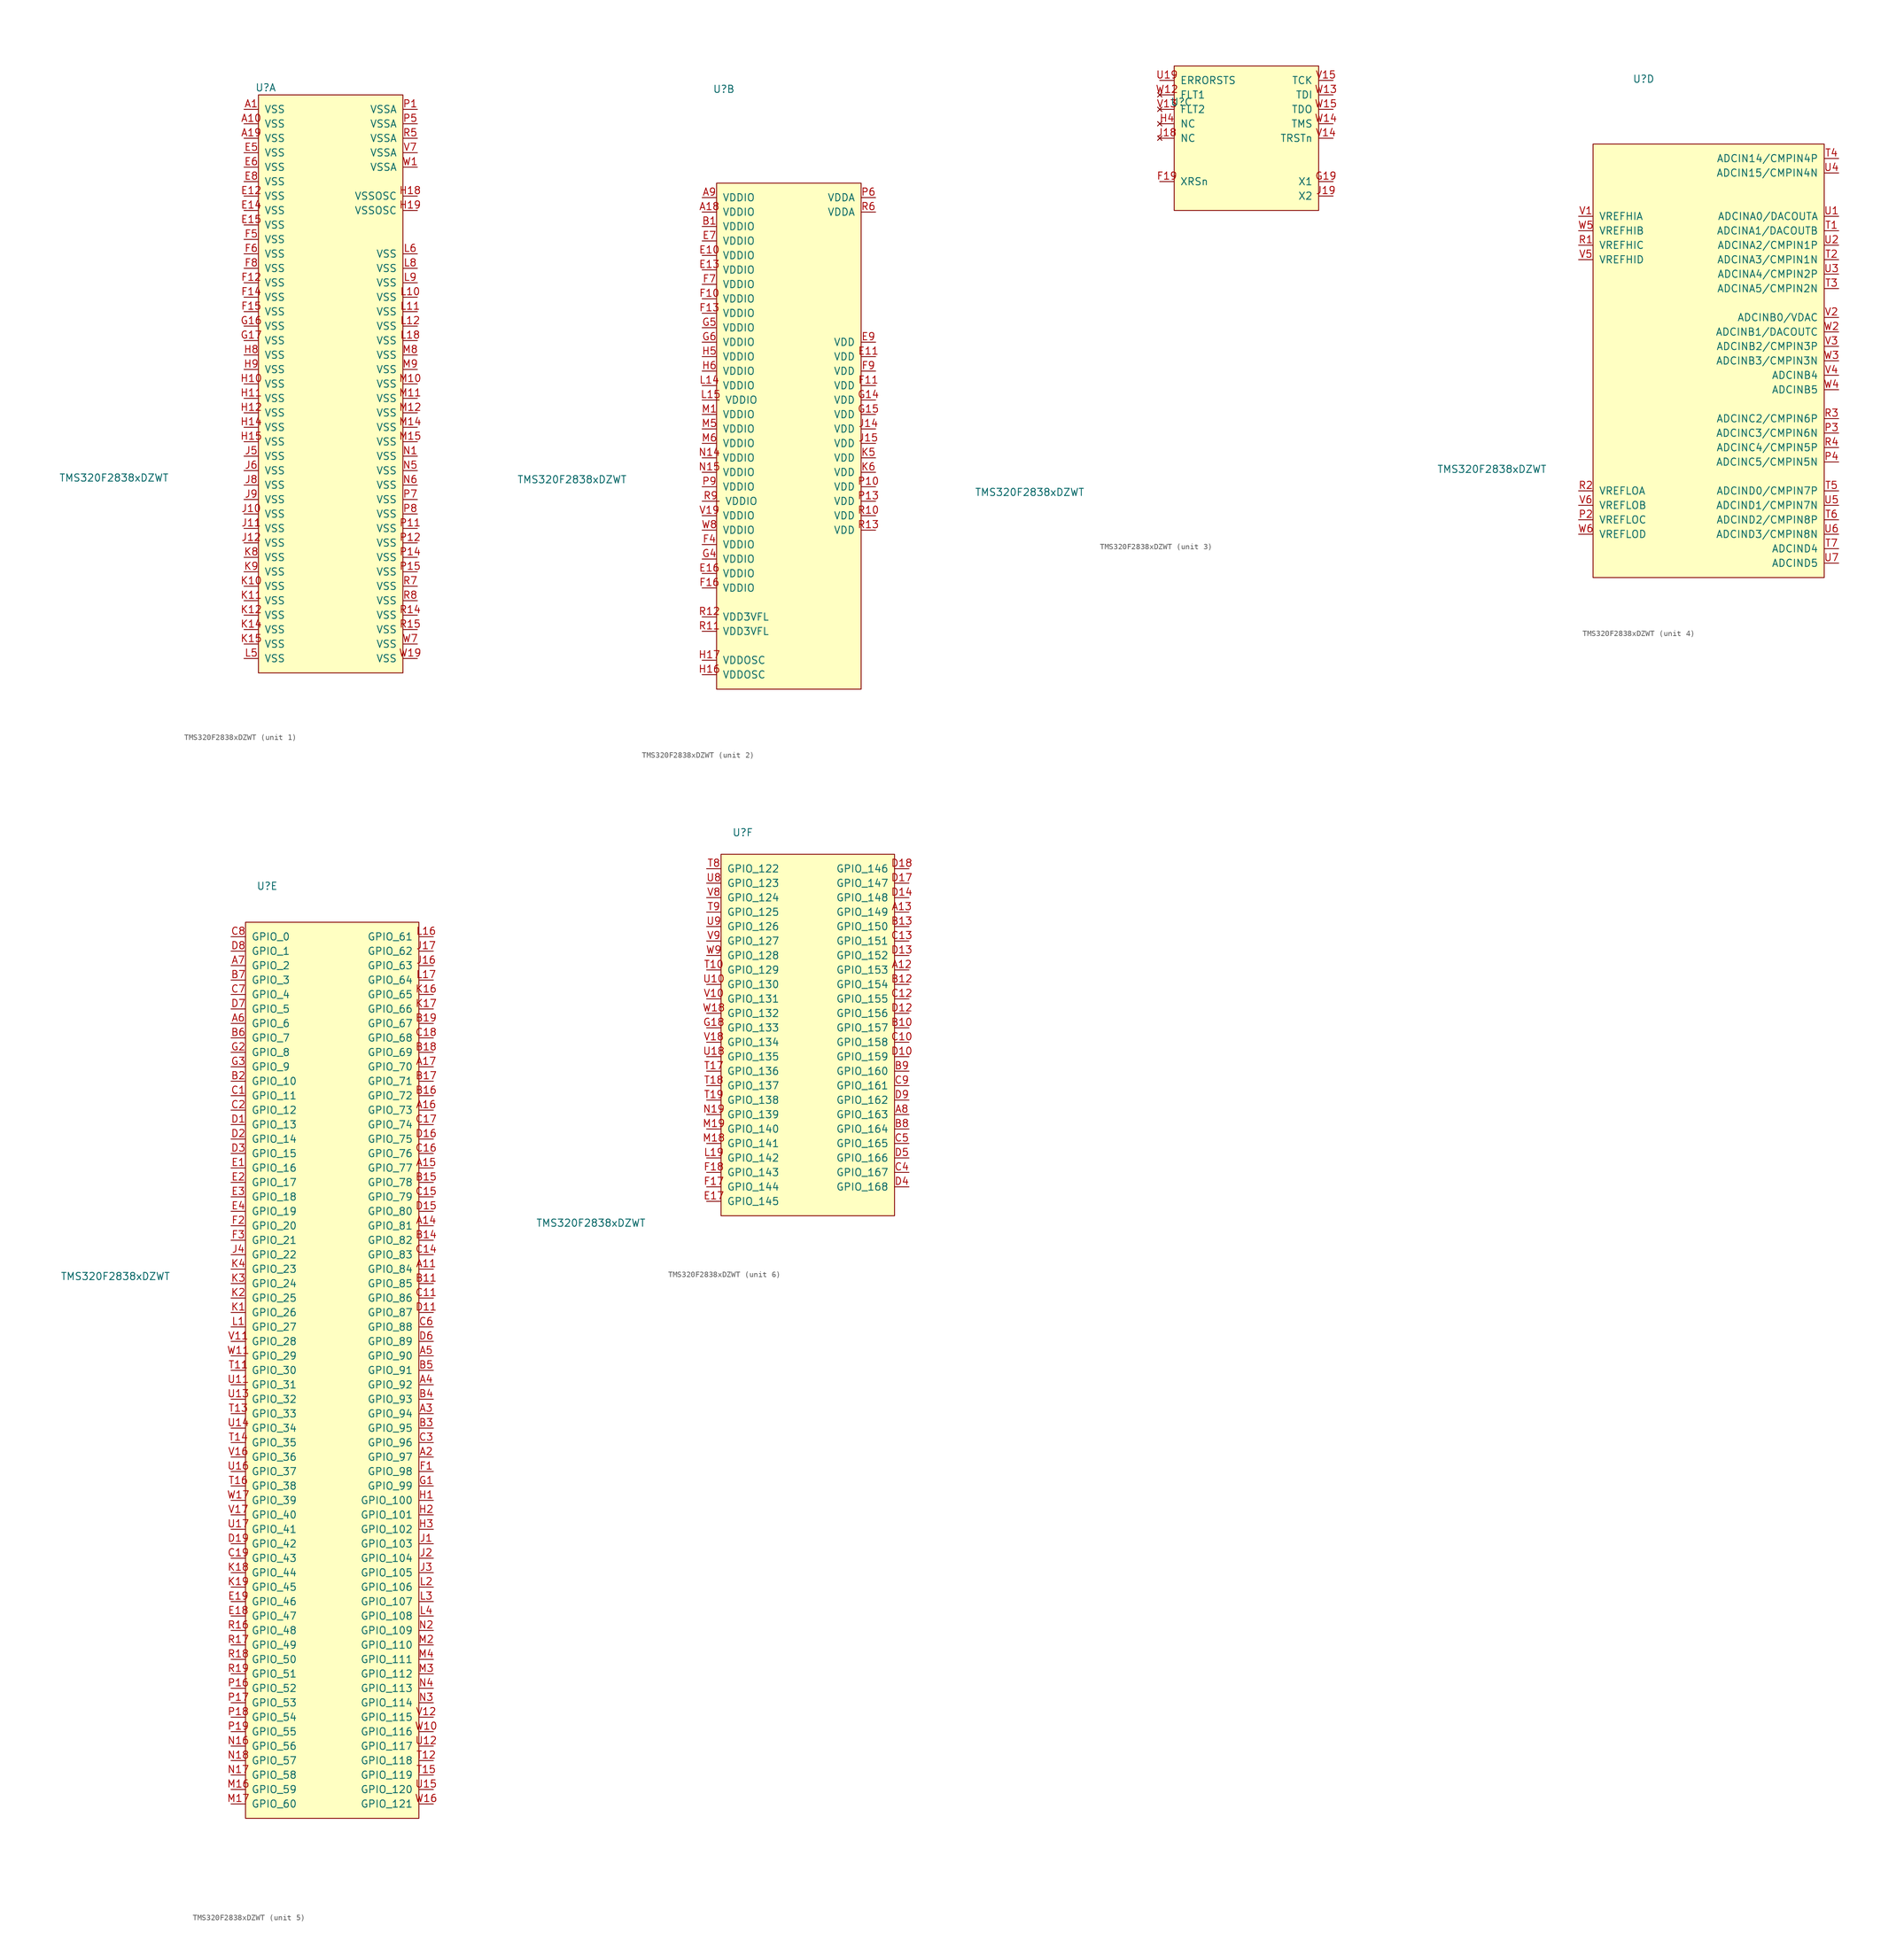
<source format=kicad_sym>
(kicad_symbol_lib
  (version 20220914)
  (generator kicad_symbol_editor)
  (symbol "TMS320F2838xDZWT"
    (pin_names
      (offset 1.016))
    (property "Reference" "U"
      (at -11.43 29.21 0)
      (effects (font (size 1.27 1.27))))
    (property "Value" "TMS320F2838xDZWT"
      (at -38.1 -39.37 0)
      (effects (font (size 1.27 1.27))))
    (property "ki_locked" ""
      (at 0 0 0)
      (effects (font (size 1.27 1.27))))
    (symbol "TMS320F2838xDZWT_1_1"
      (rectangle (start -12.7 27.94) (end 12.7 -73.66) (stroke (width 0) (type default)) (fill (type background)))
      (pin power_in line (at -15.24 25.4 0) (length 2.54) (name "VSS" (effects (font (size 1.27 1.27)))) (number "A1" (effects (font (size 1.27 1.27)))))
      (pin power_in line (at -15.24 22.86 0) (length 2.54) (name "VSS" (effects (font (size 1.27 1.27)))) (number "A10" (effects (font (size 1.27 1.27)))))
      (pin power_in line (at -15.24 20.32 0) (length 2.54) (name "VSS" (effects (font (size 1.27 1.27)))) (number "A19" (effects (font (size 1.27 1.27)))))
      (pin power_in line (at -15.24 10.16 0) (length 2.54) (name "VSS" (effects (font (size 1.27 1.27)))) (number "E12" (effects (font (size 1.27 1.27)))))
      (pin power_in line (at -15.24 7.62 0) (length 2.54) (name "VSS" (effects (font (size 1.27 1.27)))) (number "E14" (effects (font (size 1.27 1.27)))))
      (pin power_in line (at -15.24 5.08 0) (length 2.54) (name "VSS" (effects (font (size 1.27 1.27)))) (number "E15" (effects (font (size 1.27 1.27)))))
      (pin power_in line (at -15.24 17.78 0) (length 2.54) (name "VSS" (effects (font (size 1.27 1.27)))) (number "E5" (effects (font (size 1.27 1.27)))))
      (pin power_in line (at -15.24 15.24 0) (length 2.54) (name "VSS" (effects (font (size 1.27 1.27)))) (number "E6" (effects (font (size 1.27 1.27)))))
      (pin power_in line (at -15.24 12.7 0) (length 2.54) (name "VSS" (effects (font (size 1.27 1.27)))) (number "E8" (effects (font (size 1.27 1.27)))))
      (pin power_in line (at -15.24 -5.08 0) (length 2.54) (name "VSS" (effects (font (size 1.27 1.27)))) (number "F12" (effects (font (size 1.27 1.27)))))
      (pin power_in line (at -15.24 -7.62 0) (length 2.54) (name "VSS" (effects (font (size 1.27 1.27)))) (number "F14" (effects (font (size 1.27 1.27)))))
      (pin power_in line (at -15.24 -10.16 0) (length 2.54) (name "VSS" (effects (font (size 1.27 1.27)))) (number "F15" (effects (font (size 1.27 1.27)))))
      (pin power_in line (at -15.24 2.54 0) (length 2.54) (name "VSS" (effects (font (size 1.27 1.27)))) (number "F5" (effects (font (size 1.27 1.27)))))
      (pin power_in line (at -15.24 0 0) (length 2.54) (name "VSS" (effects (font (size 1.27 1.27)))) (number "F6" (effects (font (size 1.27 1.27)))))
      (pin power_in line (at -15.24 -2.54 0) (length 2.54) (name "VSS" (effects (font (size 1.27 1.27)))) (number "F8" (effects (font (size 1.27 1.27)))))
      (pin power_in line (at -15.24 -12.7 0) (length 2.54) (name "VSS" (effects (font (size 1.27 1.27)))) (number "G16" (effects (font (size 1.27 1.27)))))
      (pin power_in line (at -15.24 -15.24 0) (length 2.54) (name "VSS" (effects (font (size 1.27 1.27)))) (number "G17" (effects (font (size 1.27 1.27)))))
      (pin power_in line (at -15.24 -22.86 0) (length 2.54) (name "VSS" (effects (font (size 1.27 1.27)))) (number "H10" (effects (font (size 1.27 1.27)))))
      (pin power_in line (at -15.24 -25.4 0) (length 2.54) (name "VSS" (effects (font (size 1.27 1.27)))) (number "H11" (effects (font (size 1.27 1.27)))))
      (pin power_in line (at -15.24 -27.94 0) (length 2.54) (name "VSS" (effects (font (size 1.27 1.27)))) (number "H12" (effects (font (size 1.27 1.27)))))
      (pin power_in line (at -15.24 -30.48 0) (length 2.54) (name "VSS" (effects (font (size 1.27 1.27)))) (number "H14" (effects (font (size 1.27 1.27)))))
      (pin power_in line (at -15.24 -33.02 0) (length 2.54) (name "VSS" (effects (font (size 1.27 1.27)))) (number "H15" (effects (font (size 1.27 1.27)))))
      (pin power_in line (at 15.24 10.16 180) (length 2.54) (name "VSSOSC" (effects (font (size 1.27 1.27)))) (number "H18" (effects (font (size 1.27 1.27)))))
      (pin power_in line (at 15.24 7.62 180) (length 2.54) (name "VSSOSC" (effects (font (size 1.27 1.27)))) (number "H19" (effects (font (size 1.27 1.27)))))
      (pin power_in line (at -15.24 -17.78 0) (length 2.54) (name "VSS" (effects (font (size 1.27 1.27)))) (number "H8" (effects (font (size 1.27 1.27)))))
      (pin power_in line (at -15.24 -20.32 0) (length 2.54) (name "VSS" (effects (font (size 1.27 1.27)))) (number "H9" (effects (font (size 1.27 1.27)))))
      (pin power_in line (at -15.24 -45.72 0) (length 2.54) (name "VSS" (effects (font (size 1.27 1.27)))) (number "J10" (effects (font (size 1.27 1.27)))))
      (pin power_in line (at -15.24 -48.26 0) (length 2.54) (name "VSS" (effects (font (size 1.27 1.27)))) (number "J11" (effects (font (size 1.27 1.27)))))
      (pin power_in line (at -15.24 -50.8 0) (length 2.54) (name "VSS" (effects (font (size 1.27 1.27)))) (number "J12" (effects (font (size 1.27 1.27)))))
      (pin power_in line (at -15.24 -35.56 0) (length 2.54) (name "VSS" (effects (font (size 1.27 1.27)))) (number "J5" (effects (font (size 1.27 1.27)))))
      (pin power_in line (at -15.24 -38.1 0) (length 2.54) (name "VSS" (effects (font (size 1.27 1.27)))) (number "J6" (effects (font (size 1.27 1.27)))))
      (pin power_in line (at -15.24 -40.64 0) (length 2.54) (name "VSS" (effects (font (size 1.27 1.27)))) (number "J8" (effects (font (size 1.27 1.27)))))
      (pin power_in line (at -15.24 -43.18 0) (length 2.54) (name "VSS" (effects (font (size 1.27 1.27)))) (number "J9" (effects (font (size 1.27 1.27)))))
      (pin power_in line (at -15.24 -58.42 0) (length 2.54) (name "VSS" (effects (font (size 1.27 1.27)))) (number "K10" (effects (font (size 1.27 1.27)))))
      (pin power_in line (at -15.24 -60.96 0) (length 2.54) (name "VSS" (effects (font (size 1.27 1.27)))) (number "K11" (effects (font (size 1.27 1.27)))))
      (pin power_in line (at -15.24 -63.5 0) (length 2.54) (name "VSS" (effects (font (size 1.27 1.27)))) (number "K12" (effects (font (size 1.27 1.27)))))
      (pin power_in line (at -15.24 -66.04 0) (length 2.54) (name "VSS" (effects (font (size 1.27 1.27)))) (number "K14" (effects (font (size 1.27 1.27)))))
      (pin power_in line (at -15.24 -68.58 0) (length 2.54) (name "VSS" (effects (font (size 1.27 1.27)))) (number "K15" (effects (font (size 1.27 1.27)))))
      (pin power_in line (at -15.24 -53.34 0) (length 2.54) (name "VSS" (effects (font (size 1.27 1.27)))) (number "K8" (effects (font (size 1.27 1.27)))))
      (pin power_in line (at -15.24 -55.88 0) (length 2.54) (name "VSS" (effects (font (size 1.27 1.27)))) (number "K9" (effects (font (size 1.27 1.27)))))
      (pin power_in line (at 15.24 -7.62 180) (length 2.54) (name "VSS" (effects (font (size 1.27 1.27)))) (number "L10" (effects (font (size 1.27 1.27)))))
      (pin power_in line (at 15.24 -10.16 180) (length 2.54) (name "VSS" (effects (font (size 1.27 1.27)))) (number "L11" (effects (font (size 1.27 1.27)))))
      (pin power_in line (at 15.24 -12.7 180) (length 2.54) (name "VSS" (effects (font (size 1.27 1.27)))) (number "L12" (effects (font (size 1.27 1.27)))))
      (pin power_in line (at 15.24 -15.24 180) (length 2.54) (name "VSS" (effects (font (size 1.27 1.27)))) (number "L18" (effects (font (size 1.27 1.27)))))
      (pin power_in line (at -15.24 -71.12 0) (length 2.54) (name "VSS" (effects (font (size 1.27 1.27)))) (number "L5" (effects (font (size 1.27 1.27)))))
      (pin power_in line (at 15.24 0 180) (length 2.54) (name "VSS" (effects (font (size 1.27 1.27)))) (number "L6" (effects (font (size 1.27 1.27)))))
      (pin power_in line (at 15.24 -2.54 180) (length 2.54) (name "VSS" (effects (font (size 1.27 1.27)))) (number "L8" (effects (font (size 1.27 1.27)))))
      (pin power_in line (at 15.24 -5.08 180) (length 2.54) (name "VSS" (effects (font (size 1.27 1.27)))) (number "L9" (effects (font (size 1.27 1.27)))))
      (pin power_in line (at 15.24 -22.86 180) (length 2.54) (name "VSS" (effects (font (size 1.27 1.27)))) (number "M10" (effects (font (size 1.27 1.27)))))
      (pin power_in line (at 15.24 -25.4 180) (length 2.54) (name "VSS" (effects (font (size 1.27 1.27)))) (number "M11" (effects (font (size 1.27 1.27)))))
      (pin power_in line (at 15.24 -27.94 180) (length 2.54) (name "VSS" (effects (font (size 1.27 1.27)))) (number "M12" (effects (font (size 1.27 1.27)))))
      (pin power_in line (at 15.24 -30.48 180) (length 2.54) (name "VSS" (effects (font (size 1.27 1.27)))) (number "M14" (effects (font (size 1.27 1.27)))))
      (pin power_in line (at 15.24 -33.02 180) (length 2.54) (name "VSS" (effects (font (size 1.27 1.27)))) (number "M15" (effects (font (size 1.27 1.27)))))
      (pin power_in line (at 15.24 -17.78 180) (length 2.54) (name "VSS" (effects (font (size 1.27 1.27)))) (number "M8" (effects (font (size 1.27 1.27)))))
      (pin power_in line (at 15.24 -20.32 180) (length 2.54) (name "VSS" (effects (font (size 1.27 1.27)))) (number "M9" (effects (font (size 1.27 1.27)))))
      (pin power_in line (at 15.24 -35.56 180) (length 2.54) (name "VSS" (effects (font (size 1.27 1.27)))) (number "N1" (effects (font (size 1.27 1.27)))))
      (pin power_in line (at 15.24 -38.1 180) (length 2.54) (name "VSS" (effects (font (size 1.27 1.27)))) (number "N5" (effects (font (size 1.27 1.27)))))
      (pin power_in line (at 15.24 -40.64 180) (length 2.54) (name "VSS" (effects (font (size 1.27 1.27)))) (number "N6" (effects (font (size 1.27 1.27)))))
      (pin power_in line (at 15.24 25.4 180) (length 2.54) (name "VSSA" (effects (font (size 1.27 1.27)))) (number "P1" (effects (font (size 1.27 1.27)))))
      (pin power_in line (at 15.24 -48.26 180) (length 2.54) (name "VSS" (effects (font (size 1.27 1.27)))) (number "P11" (effects (font (size 1.27 1.27)))))
      (pin power_in line (at 15.24 -50.8 180) (length 2.54) (name "VSS" (effects (font (size 1.27 1.27)))) (number "P12" (effects (font (size 1.27 1.27)))))
      (pin power_in line (at 15.24 -53.34 180) (length 2.54) (name "VSS" (effects (font (size 1.27 1.27)))) (number "P14" (effects (font (size 1.27 1.27)))))
      (pin power_in line (at 15.24 -55.88 180) (length 2.54) (name "VSS" (effects (font (size 1.27 1.27)))) (number "P15" (effects (font (size 1.27 1.27)))))
      (pin power_in line (at 15.24 22.86 180) (length 2.54) (name "VSSA" (effects (font (size 1.27 1.27)))) (number "P5" (effects (font (size 1.27 1.27)))))
      (pin power_in line (at 15.24 -43.18 180) (length 2.54) (name "VSS" (effects (font (size 1.27 1.27)))) (number "P7" (effects (font (size 1.27 1.27)))))
      (pin power_in line (at 15.24 -45.72 180) (length 2.54) (name "VSS" (effects (font (size 1.27 1.27)))) (number "P8" (effects (font (size 1.27 1.27)))))
      (pin power_in line (at 15.24 -63.5 180) (length 2.54) (name "VSS" (effects (font (size 1.27 1.27)))) (number "R14" (effects (font (size 1.27 1.27)))))
      (pin power_in line (at 15.24 -66.04 180) (length 2.54) (name "VSS" (effects (font (size 1.27 1.27)))) (number "R15" (effects (font (size 1.27 1.27)))))
      (pin power_in line (at 15.24 20.32 180) (length 2.54) (name "VSSA" (effects (font (size 1.27 1.27)))) (number "R5" (effects (font (size 1.27 1.27)))))
      (pin power_in line (at 15.24 -58.42 180) (length 2.54) (name "VSS" (effects (font (size 1.27 1.27)))) (number "R7" (effects (font (size 1.27 1.27)))))
      (pin power_in line (at 15.24 -60.96 180) (length 2.54) (name "VSS" (effects (font (size 1.27 1.27)))) (number "R8" (effects (font (size 1.27 1.27)))))
      (pin power_in line (at 15.24 17.78 180) (length 2.54) (name "VSSA" (effects (font (size 1.27 1.27)))) (number "V7" (effects (font (size 1.27 1.27)))))
      (pin power_in line (at 15.24 15.24 180) (length 2.54) (name "VSSA" (effects (font (size 1.27 1.27)))) (number "W1" (effects (font (size 1.27 1.27)))))
      (pin power_in line (at 15.24 -71.12 180) (length 2.54) (name "VSS" (effects (font (size 1.27 1.27)))) (number "W19" (effects (font (size 1.27 1.27)))))
      (pin power_in line (at 15.24 -68.58 180) (length 2.54) (name "VSS" (effects (font (size 1.27 1.27)))) (number "W7" (effects (font (size 1.27 1.27))))))
    (symbol "TMS320F2838xDZWT_2_1"
      (rectangle (start -12.7 12.7) (end 12.7 -76.2) (stroke (width 0) (type default)) (fill (type background)))
      (pin power_in line (at -15.24 7.62 0) (length 2.54) (name "VDDIO" (effects (font (size 1.27 1.27)))) (number "A18" (effects (font (size 1.27 1.27)))))
      (pin power_in line (at -15.24 10.16 0) (length 2.54) (name "VDDIO" (effects (font (size 1.27 1.27)))) (number "A9" (effects (font (size 1.27 1.27)))))
      (pin power_in line (at -15.24 5.08 0) (length 2.54) (name "VDDIO" (effects (font (size 1.27 1.27)))) (number "B1" (effects (font (size 1.27 1.27)))))
      (pin power_in line (at -15.24 0 0) (length 2.54) (name "VDDIO" (effects (font (size 1.27 1.27)))) (number "E10" (effects (font (size 1.27 1.27)))))
      (pin power_in line (at 15.24 -17.78 180) (length 2.54) (name "VDD" (effects (font (size 1.27 1.27)))) (number "E11" (effects (font (size 1.27 1.27)))))
      (pin power_in line (at -15.24 -2.54 0) (length 2.54) (name "VDDIO" (effects (font (size 1.27 1.27)))) (number "E13" (effects (font (size 1.27 1.27)))))
      (pin power_in line (at -15.24 -55.88 0) (length 2.54) (name "VDDIO" (effects (font (size 1.27 1.27)))) (number "E16" (effects (font (size 1.27 1.27)))))
      (pin power_in line (at -15.24 2.54 0) (length 2.54) (name "VDDIO" (effects (font (size 1.27 1.27)))) (number "E7" (effects (font (size 1.27 1.27)))))
      (pin power_in line (at 15.24 -15.24 180) (length 2.54) (name "VDD" (effects (font (size 1.27 1.27)))) (number "E9" (effects (font (size 1.27 1.27)))))
      (pin power_in line (at -15.24 -7.62 0) (length 2.54) (name "VDDIO" (effects (font (size 1.27 1.27)))) (number "F10" (effects (font (size 1.27 1.27)))))
      (pin power_in line (at 15.24 -22.86 180) (length 2.54) (name "VDD" (effects (font (size 1.27 1.27)))) (number "F11" (effects (font (size 1.27 1.27)))))
      (pin power_in line (at -15.24 -10.16 0) (length 2.54) (name "VDDIO" (effects (font (size 1.27 1.27)))) (number "F13" (effects (font (size 1.27 1.27)))))
      (pin power_in line (at -15.24 -58.42 0) (length 2.54) (name "VDDIO" (effects (font (size 1.27 1.27)))) (number "F16" (effects (font (size 1.27 1.27)))))
      (pin power_in line (at -15.24 -50.8 0) (length 2.54) (name "VDDIO" (effects (font (size 1.27 1.27)))) (number "F4" (effects (font (size 1.27 1.27)))))
      (pin power_in line (at -15.24 -5.08 0) (length 2.54) (name "VDDIO" (effects (font (size 1.27 1.27)))) (number "F7" (effects (font (size 1.27 1.27)))))
      (pin power_in line (at 15.24 -20.32 180) (length 2.54) (name "VDD" (effects (font (size 1.27 1.27)))) (number "F9" (effects (font (size 1.27 1.27)))))
      (pin power_in line (at 15.24 -25.4 180) (length 2.54) (name "VDD" (effects (font (size 1.27 1.27)))) (number "G14" (effects (font (size 1.27 1.27)))))
      (pin power_in line (at 15.24 -27.94 180) (length 2.54) (name "VDD" (effects (font (size 1.27 1.27)))) (number "G15" (effects (font (size 1.27 1.27)))))
      (pin power_in line (at -15.24 -53.34 0) (length 2.54) (name "VDDIO" (effects (font (size 1.27 1.27)))) (number "G4" (effects (font (size 1.27 1.27)))))
      (pin power_in line (at -15.24 -12.7 0) (length 2.54) (name "VDDIO" (effects (font (size 1.27 1.27)))) (number "G5" (effects (font (size 1.27 1.27)))))
      (pin power_in line (at -15.24 -15.24 0) (length 2.54) (name "VDDIO" (effects (font (size 1.27 1.27)))) (number "G6" (effects (font (size 1.27 1.27)))))
      (pin power_in line (at -15.24 -73.66 0) (length 2.54) (name "VDDOSC" (effects (font (size 1.27 1.27)))) (number "H16" (effects (font (size 1.27 1.27)))))
      (pin power_in line (at -15.24 -71.12 0) (length 2.54) (name "VDDOSC" (effects (font (size 1.27 1.27)))) (number "H17" (effects (font (size 1.27 1.27)))))
      (pin power_in line (at -15.24 -17.78 0) (length 2.54) (name "VDDIO" (effects (font (size 1.27 1.27)))) (number "H5" (effects (font (size 1.27 1.27)))))
      (pin power_in line (at -15.24 -20.32 0) (length 2.54) (name "VDDIO" (effects (font (size 1.27 1.27)))) (number "H6" (effects (font (size 1.27 1.27)))))
      (pin power_in line (at 15.24 -30.48 180) (length 2.54) (name "VDD" (effects (font (size 1.27 1.27)))) (number "J14" (effects (font (size 1.27 1.27)))))
      (pin power_in line (at 15.24 -33.02 180) (length 2.54) (name "VDD" (effects (font (size 1.27 1.27)))) (number "J15" (effects (font (size 1.27 1.27)))))
      (pin power_in line (at 15.24 -35.56 180) (length 2.54) (name "VDD" (effects (font (size 1.27 1.27)))) (number "K5" (effects (font (size 1.27 1.27)))))
      (pin power_in line (at 15.24 -38.1 180) (length 2.54) (name "VDD" (effects (font (size 1.27 1.27)))) (number "K6" (effects (font (size 1.27 1.27)))))
      (pin power_in line (at -15.24 -22.86 0) (length 2.54) (name "VDDIO" (effects (font (size 1.27 1.27)))) (number "L14" (effects (font (size 1.27 1.27)))))
      (pin power_in line (at -15.24 -25.4 0) (length 2.997) (name "VDDIO" (effects (font (size 1.27 1.27)))) (number "L15" (effects (font (size 1.27 1.27)))))
      (pin power_in line (at -15.24 -27.94 0) (length 2.54) (name "VDDIO" (effects (font (size 1.27 1.27)))) (number "M1" (effects (font (size 1.27 1.27)))))
      (pin power_in line (at -15.24 -30.48 0) (length 2.54) (name "VDDIO" (effects (font (size 1.27 1.27)))) (number "M5" (effects (font (size 1.27 1.27)))))
      (pin power_in line (at -15.24 -33.02 0) (length 2.54) (name "VDDIO" (effects (font (size 1.27 1.27)))) (number "M6" (effects (font (size 1.27 1.27)))))
      (pin power_in line (at -15.24 -35.56 0) (length 2.54) (name "VDDIO" (effects (font (size 1.27 1.27)))) (number "N14" (effects (font (size 1.27 1.27)))))
      (pin power_in line (at -15.24 -38.1 0) (length 2.54) (name "VDDIO" (effects (font (size 1.27 1.27)))) (number "N15" (effects (font (size 1.27 1.27)))))
      (pin power_in line (at 15.24 -40.64 180) (length 2.54) (name "VDD" (effects (font (size 1.27 1.27)))) (number "P10" (effects (font (size 1.27 1.27)))))
      (pin power_in line (at 15.24 -43.18 180) (length 2.54) (name "VDD" (effects (font (size 1.27 1.27)))) (number "P13" (effects (font (size 1.27 1.27)))))
      (pin power_in line (at 15.24 10.16 180) (length 2.54) (name "VDDA" (effects (font (size 1.27 1.27)))) (number "P6" (effects (font (size 1.27 1.27)))))
      (pin power_in line (at -15.24 -40.64 0) (length 2.54) (name "VDDIO" (effects (font (size 1.27 1.27)))) (number "P9" (effects (font (size 1.27 1.27)))))
      (pin power_in line (at 15.24 -45.72 180) (length 2.54) (name "VDD" (effects (font (size 1.27 1.27)))) (number "R10" (effects (font (size 1.27 1.27)))))
      (pin power_in line (at -15.24 -66.04 0) (length 2.54) (name "VDD3VFL" (effects (font (size 1.27 1.27)))) (number "R11" (effects (font (size 1.27 1.27)))))
      (pin power_in line (at -15.24 -63.5 0) (length 2.54) (name "VDD3VFL" (effects (font (size 1.27 1.27)))) (number "R12" (effects (font (size 1.27 1.27)))))
      (pin power_in line (at 15.24 -48.26 180) (length 2.54) (name "VDD" (effects (font (size 1.27 1.27)))) (number "R13" (effects (font (size 1.27 1.27)))))
      (pin power_in line (at 15.24 7.62 180) (length 2.54) (name "VDDA" (effects (font (size 1.27 1.27)))) (number "R6" (effects (font (size 1.27 1.27)))))
      (pin power_in line (at -15.24 -43.18 0) (length 2.997) (name "VDDIO" (effects (font (size 1.27 1.27)))) (number "R9" (effects (font (size 1.27 1.27)))))
      (pin power_in line (at -15.24 -45.72 0) (length 2.54) (name "VDDIO" (effects (font (size 1.27 1.27)))) (number "V19" (effects (font (size 1.27 1.27)))))
      (pin power_in line (at -15.24 -48.26 0) (length 2.54) (name "VDDIO" (effects (font (size 1.27 1.27)))) (number "W8" (effects (font (size 1.27 1.27))))))
    (symbol "TMS320F2838xDZWT_3_1"
      (rectangle (start -12.7 35.56) (end 12.7 10.16) (stroke (width 0) (type default)) (fill (type background)))
      (pin bidirectional line (at -15.24 15.24 0) (length 2.54) (name "XRSn" (effects (font (size 1.27 1.27)))) (number "F19" (effects (font (size 1.27 1.27)))))
      (pin input line (at 15.24 15.24 180) (length 2.54) (name "X1" (effects (font (size 1.27 1.27)))) (number "G19" (effects (font (size 1.27 1.27)))))
      (pin no_connect line (at -15.24 25.4 0) (length 2.54) (name "NC" (effects (font (size 1.27 1.27)))) (number "H4" (effects (font (size 1.27 1.27)))))
      (pin no_connect line (at -15.24 22.86 0) (length 2.54) (name "NC" (effects (font (size 1.27 1.27)))) (number "J18" (effects (font (size 1.27 1.27)))))
      (pin output line (at 15.24 12.7 180) (length 2.54) (name "X2" (effects (font (size 1.27 1.27)))) (number "J19" (effects (font (size 1.27 1.27)))))
      (pin output line (at -15.24 33.02 0) (length 2.54) (name "ERRORSTS" (effects (font (size 1.27 1.27)))) (number "U19" (effects (font (size 1.27 1.27)))))
      (pin no_connect line (at -15.24 27.94 0) (length 2.54) (name "FLT2" (effects (font (size 1.27 1.27)))) (number "V13" (effects (font (size 1.27 1.27)))))
      (pin input line (at 15.24 22.86 180) (length 2.54) (name "TRSTn" (effects (font (size 1.27 1.27)))) (number "V14" (effects (font (size 1.27 1.27)))))
      (pin input line (at 15.24 33.02 180) (length 2.54) (name "TCK" (effects (font (size 1.27 1.27)))) (number "V15" (effects (font (size 1.27 1.27)))))
      (pin no_connect line (at -15.24 30.48 0) (length 2.54) (name "FLT1" (effects (font (size 1.27 1.27)))) (number "W12" (effects (font (size 1.27 1.27)))))
      (pin input line (at 15.24 30.48 180) (length 2.54) (name "TDI" (effects (font (size 1.27 1.27)))) (number "W13" (effects (font (size 1.27 1.27)))))
      (pin input line (at 15.24 25.4 180) (length 2.54) (name "TMS" (effects (font (size 1.27 1.27)))) (number "W14" (effects (font (size 1.27 1.27)))))
      (pin output line (at 15.24 27.94 180) (length 2.54) (name "TDO" (effects (font (size 1.27 1.27)))) (number "W15" (effects (font (size 1.27 1.27))))))
    (symbol "TMS320F2838xDZWT_4_1"
      (rectangle (start -20.32 17.78) (end 20.32 -58.42) (stroke (width 0) (type default)) (fill (type background)))
      (pin input line (at -22.86 -48.26 0) (length 2.54) (name "VREFLOC" (effects (font (size 1.27 1.27)))) (number "P2" (effects (font (size 1.27 1.27)))))
      (pin input line (at 22.86 -33.02 180) (length 2.54) (name "ADCINC3/CMPIN6N" (effects (font (size 1.27 1.27)))) (number "P3" (effects (font (size 1.27 1.27)))))
      (pin input line (at 22.86 -38.1 180) (length 2.54) (name "ADCINC5/CMPIN5N" (effects (font (size 1.27 1.27)))) (number "P4" (effects (font (size 1.27 1.27)))))
      (pin input line (at -22.86 0 0) (length 2.54) (name "VREFHIC" (effects (font (size 1.27 1.27)))) (number "R1" (effects (font (size 1.27 1.27)))))
      (pin input line (at -22.86 -43.18 0) (length 2.54) (name "VREFLOA" (effects (font (size 1.27 1.27)))) (number "R2" (effects (font (size 1.27 1.27)))))
      (pin input line (at 22.86 -30.48 180) (length 2.54) (name "ADCINC2/CMPIN6P" (effects (font (size 1.27 1.27)))) (number "R3" (effects (font (size 1.27 1.27)))))
      (pin input line (at 22.86 -35.56 180) (length 2.54) (name "ADCINC4/CMPIN5P" (effects (font (size 1.27 1.27)))) (number "R4" (effects (font (size 1.27 1.27)))))
      (pin bidirectional line (at 22.86 2.54 180) (length 2.54) (name "ADCINA1/DACOUTB" (effects (font (size 1.27 1.27)))) (number "T1" (effects (font (size 1.27 1.27)))))
      (pin input line (at 22.86 -2.54 180) (length 2.54) (name "ADCINA3/CMPIN1N" (effects (font (size 1.27 1.27)))) (number "T2" (effects (font (size 1.27 1.27)))))
      (pin input line (at 22.86 -7.62 180) (length 2.54) (name "ADCINA5/CMPIN2N" (effects (font (size 1.27 1.27)))) (number "T3" (effects (font (size 1.27 1.27)))))
      (pin input line (at 22.86 15.24 180) (length 2.54) (name "ADCIN14/CMPIN4P" (effects (font (size 1.27 1.27)))) (number "T4" (effects (font (size 1.27 1.27)))))
      (pin input line (at 22.86 -43.18 180) (length 2.54) (name "ADCIND0/CMPIN7P" (effects (font (size 1.27 1.27)))) (number "T5" (effects (font (size 1.27 1.27)))))
      (pin input line (at 22.86 -48.26 180) (length 2.54) (name "ADCIND2/CMPIN8P" (effects (font (size 1.27 1.27)))) (number "T6" (effects (font (size 1.27 1.27)))))
      (pin input line (at 22.86 -53.34 180) (length 2.54) (name "ADCIND4" (effects (font (size 1.27 1.27)))) (number "T7" (effects (font (size 1.27 1.27)))))
      (pin bidirectional line (at 22.86 5.08 180) (length 2.54) (name "ADCINA0/DACOUTA" (effects (font (size 1.27 1.27)))) (number "U1" (effects (font (size 1.27 1.27)))))
      (pin input line (at 22.86 0 180) (length 2.54) (name "ADCINA2/CMPIN1P" (effects (font (size 1.27 1.27)))) (number "U2" (effects (font (size 1.27 1.27)))))
      (pin input line (at 22.86 -5.08 180) (length 2.54) (name "ADCINA4/CMPIN2P" (effects (font (size 1.27 1.27)))) (number "U3" (effects (font (size 1.27 1.27)))))
      (pin input line (at 22.86 12.7 180) (length 2.54) (name "ADCIN15/CMPIN4N" (effects (font (size 1.27 1.27)))) (number "U4" (effects (font (size 1.27 1.27)))))
      (pin input line (at 22.86 -45.72 180) (length 2.54) (name "ADCIND1/CMPIN7N" (effects (font (size 1.27 1.27)))) (number "U5" (effects (font (size 1.27 1.27)))))
      (pin input line (at 22.86 -50.8 180) (length 2.54) (name "ADCIND3/CMPIN8N" (effects (font (size 1.27 1.27)))) (number "U6" (effects (font (size 1.27 1.27)))))
      (pin input line (at 22.86 -55.88 180) (length 2.54) (name "ADCIND5" (effects (font (size 1.27 1.27)))) (number "U7" (effects (font (size 1.27 1.27)))))
      (pin input line (at -22.86 5.08 0) (length 2.54) (name "VREFHIA" (effects (font (size 1.27 1.27)))) (number "V1" (effects (font (size 1.27 1.27)))))
      (pin input line (at 22.86 -12.7 180) (length 2.54) (name "ADCINB0/VDAC" (effects (font (size 1.27 1.27)))) (number "V2" (effects (font (size 1.27 1.27)))))
      (pin input line (at 22.86 -17.78 180) (length 2.54) (name "ADCINB2/CMPIN3P" (effects (font (size 1.27 1.27)))) (number "V3" (effects (font (size 1.27 1.27)))))
      (pin input line (at 22.86 -22.86 180) (length 2.54) (name "ADCINB4" (effects (font (size 1.27 1.27)))) (number "V4" (effects (font (size 1.27 1.27)))))
      (pin input line (at -22.86 -2.54 0) (length 2.54) (name "VREFHID" (effects (font (size 1.27 1.27)))) (number "V5" (effects (font (size 1.27 1.27)))))
      (pin input line (at -22.86 -45.72 0) (length 2.54) (name "VREFLOB" (effects (font (size 1.27 1.27)))) (number "V6" (effects (font (size 1.27 1.27)))))
      (pin bidirectional line (at 22.86 -15.24 180) (length 2.54) (name "ADCINB1/DACOUTC" (effects (font (size 1.27 1.27)))) (number "W2" (effects (font (size 1.27 1.27)))))
      (pin input line (at 22.86 -20.32 180) (length 2.54) (name "ADCINB3/CMPIN3N" (effects (font (size 1.27 1.27)))) (number "W3" (effects (font (size 1.27 1.27)))))
      (pin input line (at 22.86 -25.4 180) (length 2.54) (name "ADCINB5" (effects (font (size 1.27 1.27)))) (number "W4" (effects (font (size 1.27 1.27)))))
      (pin input line (at -22.86 2.54 0) (length 2.54) (name "VREFHIB" (effects (font (size 1.27 1.27)))) (number "W5" (effects (font (size 1.27 1.27)))))
      (pin input line (at -22.86 -50.8 0) (length 2.54) (name "VREFLOD" (effects (font (size 1.27 1.27)))) (number "W6" (effects (font (size 1.27 1.27))))))
    (symbol "TMS320F2838xDZWT_5_1"
      (rectangle (start -15.24 22.86) (end 15.24 -134.62) (stroke (width 0) (type default)) (fill (type background)))
      (pin bidirectional line (at 17.78 -38.1 180) (length 2.54) (name "GPIO_84" (effects (font (size 1.27 1.27)))) (number "A11" (effects (font (size 1.27 1.27)))))
      (pin bidirectional line (at 17.78 -30.48 180) (length 2.54) (name "GPIO_81" (effects (font (size 1.27 1.27)))) (number "A14" (effects (font (size 1.27 1.27)))))
      (pin bidirectional line (at 17.78 -20.32 180) (length 2.54) (name "GPIO_77" (effects (font (size 1.27 1.27)))) (number "A15" (effects (font (size 1.27 1.27)))))
      (pin bidirectional line (at 17.78 -10.16 180) (length 2.54) (name "GPIO_73" (effects (font (size 1.27 1.27)))) (number "A16" (effects (font (size 1.27 1.27)))))
      (pin bidirectional line (at 17.78 -2.54 180) (length 2.54) (name "GPIO_70" (effects (font (size 1.27 1.27)))) (number "A17" (effects (font (size 1.27 1.27)))))
      (pin bidirectional line (at 17.78 -71.12 180) (length 2.54) (name "GPIO_97" (effects (font (size 1.27 1.27)))) (number "A2" (effects (font (size 1.27 1.27)))))
      (pin bidirectional line (at 17.78 -63.5 180) (length 2.54) (name "GPIO_94" (effects (font (size 1.27 1.27)))) (number "A3" (effects (font (size 1.27 1.27)))))
      (pin bidirectional line (at 17.78 -58.42 180) (length 2.54) (name "GPIO_92" (effects (font (size 1.27 1.27)))) (number "A4" (effects (font (size 1.27 1.27)))))
      (pin bidirectional line (at 17.78 -53.34 180) (length 2.54) (name "GPIO_90" (effects (font (size 1.27 1.27)))) (number "A5" (effects (font (size 1.27 1.27)))))
      (pin bidirectional line (at -17.78 5.08 0) (length 2.54) (name "GPIO_6" (effects (font (size 1.27 1.27)))) (number "A6" (effects (font (size 1.27 1.27)))))
      (pin bidirectional line (at -17.78 15.24 0) (length 2.54) (name "GPIO_2" (effects (font (size 1.27 1.27)))) (number "A7" (effects (font (size 1.27 1.27)))))
      (pin bidirectional line (at 17.78 -40.64 180) (length 2.54) (name "GPIO_85" (effects (font (size 1.27 1.27)))) (number "B11" (effects (font (size 1.27 1.27)))))
      (pin bidirectional line (at 17.78 -33.02 180) (length 2.54) (name "GPIO_82" (effects (font (size 1.27 1.27)))) (number "B14" (effects (font (size 1.27 1.27)))))
      (pin bidirectional line (at 17.78 -22.86 180) (length 2.54) (name "GPIO_78" (effects (font (size 1.27 1.27)))) (number "B15" (effects (font (size 1.27 1.27)))))
      (pin bidirectional line (at 17.78 -7.62 180) (length 2.54) (name "GPIO_72" (effects (font (size 1.27 1.27)))) (number "B16" (effects (font (size 1.27 1.27)))))
      (pin bidirectional line (at 17.78 -5.08 180) (length 2.54) (name "GPIO_71" (effects (font (size 1.27 1.27)))) (number "B17" (effects (font (size 1.27 1.27)))))
      (pin bidirectional line (at 17.78 0 180) (length 2.54) (name "GPIO_69" (effects (font (size 1.27 1.27)))) (number "B18" (effects (font (size 1.27 1.27)))))
      (pin bidirectional line (at 17.78 5.08 180) (length 2.54) (name "GPIO_67" (effects (font (size 1.27 1.27)))) (number "B19" (effects (font (size 1.27 1.27)))))
      (pin bidirectional line (at -17.78 -5.08 0) (length 2.54) (name "GPIO_10" (effects (font (size 1.27 1.27)))) (number "B2" (effects (font (size 1.27 1.27)))))
      (pin bidirectional line (at 17.78 -66.04 180) (length 2.54) (name "GPIO_95" (effects (font (size 1.27 1.27)))) (number "B3" (effects (font (size 1.27 1.27)))))
      (pin bidirectional line (at 17.78 -60.96 180) (length 2.54) (name "GPIO_93" (effects (font (size 1.27 1.27)))) (number "B4" (effects (font (size 1.27 1.27)))))
      (pin bidirectional line (at 17.78 -55.88 180) (length 2.54) (name "GPIO_91" (effects (font (size 1.27 1.27)))) (number "B5" (effects (font (size 1.27 1.27)))))
      (pin bidirectional line (at -17.78 2.54 0) (length 2.54) (name "GPIO_7" (effects (font (size 1.27 1.27)))) (number "B6" (effects (font (size 1.27 1.27)))))
      (pin bidirectional line (at -17.78 12.7 0) (length 2.54) (name "GPIO_3" (effects (font (size 1.27 1.27)))) (number "B7" (effects (font (size 1.27 1.27)))))
      (pin bidirectional line (at -17.78 -7.62 0) (length 2.54) (name "GPIO_11" (effects (font (size 1.27 1.27)))) (number "C1" (effects (font (size 1.27 1.27)))))
      (pin bidirectional line (at 17.78 -43.18 180) (length 2.54) (name "GPIO_86" (effects (font (size 1.27 1.27)))) (number "C11" (effects (font (size 1.27 1.27)))))
      (pin bidirectional line (at 17.78 -35.56 180) (length 2.54) (name "GPIO_83" (effects (font (size 1.27 1.27)))) (number "C14" (effects (font (size 1.27 1.27)))))
      (pin bidirectional line (at 17.78 -25.4 180) (length 2.54) (name "GPIO_79" (effects (font (size 1.27 1.27)))) (number "C15" (effects (font (size 1.27 1.27)))))
      (pin bidirectional line (at 17.78 -17.78 180) (length 2.54) (name "GPIO_76" (effects (font (size 1.27 1.27)))) (number "C16" (effects (font (size 1.27 1.27)))))
      (pin bidirectional line (at 17.78 -12.7 180) (length 2.54) (name "GPIO_74" (effects (font (size 1.27 1.27)))) (number "C17" (effects (font (size 1.27 1.27)))))
      (pin bidirectional line (at 17.78 2.54 180) (length 2.54) (name "GPIO_68" (effects (font (size 1.27 1.27)))) (number "C18" (effects (font (size 1.27 1.27)))))
      (pin bidirectional line (at -17.78 -88.9 0) (length 2.54) (name "GPIO_43" (effects (font (size 1.27 1.27)))) (number "C19" (effects (font (size 1.27 1.27)))))
      (pin bidirectional line (at -17.78 -10.16 0) (length 2.54) (name "GPIO_12" (effects (font (size 1.27 1.27)))) (number "C2" (effects (font (size 1.27 1.27)))))
      (pin bidirectional line (at 17.78 -68.58 180) (length 2.54) (name "GPIO_96" (effects (font (size 1.27 1.27)))) (number "C3" (effects (font (size 1.27 1.27)))))
      (pin bidirectional line (at 17.78 -48.26 180) (length 2.54) (name "GPIO_88" (effects (font (size 1.27 1.27)))) (number "C6" (effects (font (size 1.27 1.27)))))
      (pin bidirectional line (at -17.78 10.16 0) (length 2.54) (name "GPIO_4" (effects (font (size 1.27 1.27)))) (number "C7" (effects (font (size 1.27 1.27)))))
      (pin bidirectional line (at -17.78 20.32 0) (length 2.54) (name "GPIO_0" (effects (font (size 1.27 1.27)))) (number "C8" (effects (font (size 1.27 1.27)))))
      (pin bidirectional line (at -17.78 -12.7 0) (length 2.54) (name "GPIO_13" (effects (font (size 1.27 1.27)))) (number "D1" (effects (font (size 1.27 1.27)))))
      (pin bidirectional line (at 17.78 -45.72 180) (length 2.54) (name "GPIO_87" (effects (font (size 1.27 1.27)))) (number "D11" (effects (font (size 1.27 1.27)))))
      (pin bidirectional line (at 17.78 -27.94 180) (length 2.54) (name "GPIO_80" (effects (font (size 1.27 1.27)))) (number "D15" (effects (font (size 1.27 1.27)))))
      (pin bidirectional line (at 17.78 -15.24 180) (length 2.54) (name "GPIO_75" (effects (font (size 1.27 1.27)))) (number "D16" (effects (font (size 1.27 1.27)))))
      (pin bidirectional line (at -17.78 -86.36 0) (length 2.54) (name "GPIO_42" (effects (font (size 1.27 1.27)))) (number "D19" (effects (font (size 1.27 1.27)))))
      (pin bidirectional line (at -17.78 -15.24 0) (length 2.54) (name "GPIO_14" (effects (font (size 1.27 1.27)))) (number "D2" (effects (font (size 1.27 1.27)))))
      (pin bidirectional line (at -17.78 -17.78 0) (length 2.54) (name "GPIO_15" (effects (font (size 1.27 1.27)))) (number "D3" (effects (font (size 1.27 1.27)))))
      (pin bidirectional line (at 17.78 -50.8 180) (length 2.54) (name "GPIO_89" (effects (font (size 1.27 1.27)))) (number "D6" (effects (font (size 1.27 1.27)))))
      (pin bidirectional line (at -17.78 7.62 0) (length 2.54) (name "GPIO_5" (effects (font (size 1.27 1.27)))) (number "D7" (effects (font (size 1.27 1.27)))))
      (pin bidirectional line (at -17.78 17.78 0) (length 2.54) (name "GPIO_1" (effects (font (size 1.27 1.27)))) (number "D8" (effects (font (size 1.27 1.27)))))
      (pin bidirectional line (at -17.78 -20.32 0) (length 2.54) (name "GPIO_16" (effects (font (size 1.27 1.27)))) (number "E1" (effects (font (size 1.27 1.27)))))
      (pin bidirectional line (at -17.78 -99.06 0) (length 2.54) (name "GPIO_47" (effects (font (size 1.27 1.27)))) (number "E18" (effects (font (size 1.27 1.27)))))
      (pin bidirectional line (at -17.78 -96.52 0) (length 2.54) (name "GPIO_46" (effects (font (size 1.27 1.27)))) (number "E19" (effects (font (size 1.27 1.27)))))
      (pin bidirectional line (at -17.78 -22.86 0) (length 2.54) (name "GPIO_17" (effects (font (size 1.27 1.27)))) (number "E2" (effects (font (size 1.27 1.27)))))
      (pin bidirectional line (at -17.78 -25.4 0) (length 2.54) (name "GPIO_18" (effects (font (size 1.27 1.27)))) (number "E3" (effects (font (size 1.27 1.27)))))
      (pin bidirectional line (at -17.78 -27.94 0) (length 2.54) (name "GPIO_19" (effects (font (size 1.27 1.27)))) (number "E4" (effects (font (size 1.27 1.27)))))
      (pin bidirectional line (at 17.78 -73.66 180) (length 2.54) (name "GPIO_98" (effects (font (size 1.27 1.27)))) (number "F1" (effects (font (size 1.27 1.27)))))
      (pin bidirectional line (at -17.78 -30.48 0) (length 2.54) (name "GPIO_20" (effects (font (size 1.27 1.27)))) (number "F2" (effects (font (size 1.27 1.27)))))
      (pin bidirectional line (at -17.78 -33.02 0) (length 2.54) (name "GPIO_21" (effects (font (size 1.27 1.27)))) (number "F3" (effects (font (size 1.27 1.27)))))
      (pin bidirectional line (at 17.78 -76.2 180) (length 2.54) (name "GPIO_99" (effects (font (size 1.27 1.27)))) (number "G1" (effects (font (size 1.27 1.27)))))
      (pin bidirectional line (at -17.78 0 0) (length 2.54) (name "GPIO_8" (effects (font (size 1.27 1.27)))) (number "G2" (effects (font (size 1.27 1.27)))))
      (pin bidirectional line (at -17.78 -2.54 0) (length 2.54) (name "GPIO_9" (effects (font (size 1.27 1.27)))) (number "G3" (effects (font (size 1.27 1.27)))))
      (pin bidirectional line (at 17.78 -78.74 180) (length 2.54) (name "GPIO_100" (effects (font (size 1.27 1.27)))) (number "H1" (effects (font (size 1.27 1.27)))))
      (pin bidirectional line (at 17.78 -81.28 180) (length 2.54) (name "GPIO_101" (effects (font (size 1.27 1.27)))) (number "H2" (effects (font (size 1.27 1.27)))))
      (pin bidirectional line (at 17.78 -83.82 180) (length 2.54) (name "GPIO_102" (effects (font (size 1.27 1.27)))) (number "H3" (effects (font (size 1.27 1.27)))))
      (pin bidirectional line (at 17.78 -86.36 180) (length 2.54) (name "GPIO_103" (effects (font (size 1.27 1.27)))) (number "J1" (effects (font (size 1.27 1.27)))))
      (pin bidirectional line (at 17.78 15.24 180) (length 2.54) (name "GPIO_63" (effects (font (size 1.27 1.27)))) (number "J16" (effects (font (size 1.27 1.27)))))
      (pin bidirectional line (at 17.78 17.78 180) (length 2.54) (name "GPIO_62" (effects (font (size 1.27 1.27)))) (number "J17" (effects (font (size 1.27 1.27)))))
      (pin bidirectional line (at 17.78 -88.9 180) (length 2.54) (name "GPIO_104" (effects (font (size 1.27 1.27)))) (number "J2" (effects (font (size 1.27 1.27)))))
      (pin bidirectional line (at 17.78 -91.44 180) (length 2.54) (name "GPIO_105" (effects (font (size 1.27 1.27)))) (number "J3" (effects (font (size 1.27 1.27)))))
      (pin bidirectional line (at -17.78 -35.56 0) (length 2.54) (name "GPIO_22" (effects (font (size 1.27 1.27)))) (number "J4" (effects (font (size 1.27 1.27)))))
      (pin bidirectional line (at -17.78 -45.72 0) (length 2.54) (name "GPIO_26" (effects (font (size 1.27 1.27)))) (number "K1" (effects (font (size 1.27 1.27)))))
      (pin bidirectional line (at 17.78 10.16 180) (length 2.54) (name "GPIO_65" (effects (font (size 1.27 1.27)))) (number "K16" (effects (font (size 1.27 1.27)))))
      (pin bidirectional line (at 17.78 7.62 180) (length 2.54) (name "GPIO_66" (effects (font (size 1.27 1.27)))) (number "K17" (effects (font (size 1.27 1.27)))))
      (pin bidirectional line (at -17.78 -91.44 0) (length 2.54) (name "GPIO_44" (effects (font (size 1.27 1.27)))) (number "K18" (effects (font (size 1.27 1.27)))))
      (pin bidirectional line (at -17.78 -93.98 0) (length 2.54) (name "GPIO_45" (effects (font (size 1.27 1.27)))) (number "K19" (effects (font (size 1.27 1.27)))))
      (pin bidirectional line (at -17.78 -43.18 0) (length 2.54) (name "GPIO_25" (effects (font (size 1.27 1.27)))) (number "K2" (effects (font (size 1.27 1.27)))))
      (pin bidirectional line (at -17.78 -40.64 0) (length 2.54) (name "GPIO_24" (effects (font (size 1.27 1.27)))) (number "K3" (effects (font (size 1.27 1.27)))))
      (pin bidirectional line (at -17.78 -38.1 0) (length 2.54) (name "GPIO_23" (effects (font (size 1.27 1.27)))) (number "K4" (effects (font (size 1.27 1.27)))))
      (pin bidirectional line (at -17.78 -48.26 0) (length 2.54) (name "GPIO_27" (effects (font (size 1.27 1.27)))) (number "L1" (effects (font (size 1.27 1.27)))))
      (pin bidirectional line (at 17.78 20.32 180) (length 2.54) (name "GPIO_61" (effects (font (size 1.27 1.27)))) (number "L16" (effects (font (size 1.27 1.27)))))
      (pin bidirectional line (at 17.78 12.7 180) (length 2.54) (name "GPIO_64" (effects (font (size 1.27 1.27)))) (number "L17" (effects (font (size 1.27 1.27)))))
      (pin bidirectional line (at 17.78 -93.98 180) (length 2.54) (name "GPIO_106" (effects (font (size 1.27 1.27)))) (number "L2" (effects (font (size 1.27 1.27)))))
      (pin bidirectional line (at 17.78 -96.52 180) (length 2.54) (name "GPIO_107" (effects (font (size 1.27 1.27)))) (number "L3" (effects (font (size 1.27 1.27)))))
      (pin bidirectional line (at 17.78 -99.06 180) (length 2.54) (name "GPIO_108" (effects (font (size 1.27 1.27)))) (number "L4" (effects (font (size 1.27 1.27)))))
      (pin bidirectional line (at -17.78 -129.54 0) (length 2.54) (name "GPIO_59" (effects (font (size 1.27 1.27)))) (number "M16" (effects (font (size 1.27 1.27)))))
      (pin bidirectional line (at -17.78 -132.08 0) (length 2.54) (name "GPIO_60" (effects (font (size 1.27 1.27)))) (number "M17" (effects (font (size 1.27 1.27)))))
      (pin bidirectional line (at 17.78 -104.14 180) (length 2.54) (name "GPIO_110" (effects (font (size 1.27 1.27)))) (number "M2" (effects (font (size 1.27 1.27)))))
      (pin bidirectional line (at 17.78 -109.22 180) (length 2.54) (name "GPIO_112" (effects (font (size 1.27 1.27)))) (number "M3" (effects (font (size 1.27 1.27)))))
      (pin bidirectional line (at 17.78 -106.68 180) (length 2.54) (name "GPIO_111" (effects (font (size 1.27 1.27)))) (number "M4" (effects (font (size 1.27 1.27)))))
      (pin bidirectional line (at -17.78 -121.92 0) (length 2.54) (name "GPIO_56" (effects (font (size 1.27 1.27)))) (number "N16" (effects (font (size 1.27 1.27)))))
      (pin bidirectional line (at -17.78 -127 0) (length 2.54) (name "GPIO_58" (effects (font (size 1.27 1.27)))) (number "N17" (effects (font (size 1.27 1.27)))))
      (pin bidirectional line (at -17.78 -124.46 0) (length 2.54) (name "GPIO_57" (effects (font (size 1.27 1.27)))) (number "N18" (effects (font (size 1.27 1.27)))))
      (pin bidirectional line (at 17.78 -101.6 180) (length 2.54) (name "GPIO_109" (effects (font (size 1.27 1.27)))) (number "N2" (effects (font (size 1.27 1.27)))))
      (pin bidirectional line (at 17.78 -114.3 180) (length 2.54) (name "GPIO_114" (effects (font (size 1.27 1.27)))) (number "N3" (effects (font (size 1.27 1.27)))))
      (pin bidirectional line (at 17.78 -111.76 180) (length 2.54) (name "GPIO_113" (effects (font (size 1.27 1.27)))) (number "N4" (effects (font (size 1.27 1.27)))))
      (pin bidirectional line (at -17.78 -111.76 0) (length 2.54) (name "GPIO_52" (effects (font (size 1.27 1.27)))) (number "P16" (effects (font (size 1.27 1.27)))))
      (pin bidirectional line (at -17.78 -114.3 0) (length 2.54) (name "GPIO_53" (effects (font (size 1.27 1.27)))) (number "P17" (effects (font (size 1.27 1.27)))))
      (pin bidirectional line (at -17.78 -116.84 0) (length 2.54) (name "GPIO_54" (effects (font (size 1.27 1.27)))) (number "P18" (effects (font (size 1.27 1.27)))))
      (pin bidirectional line (at -17.78 -119.38 0) (length 2.54) (name "GPIO_55" (effects (font (size 1.27 1.27)))) (number "P19" (effects (font (size 1.27 1.27)))))
      (pin bidirectional line (at -17.78 -101.6 0) (length 2.54) (name "GPIO_48" (effects (font (size 1.27 1.27)))) (number "R16" (effects (font (size 1.27 1.27)))))
      (pin bidirectional line (at -17.78 -104.14 0) (length 2.54) (name "GPIO_49" (effects (font (size 1.27 1.27)))) (number "R17" (effects (font (size 1.27 1.27)))))
      (pin bidirectional line (at -17.78 -106.68 0) (length 2.54) (name "GPIO_50" (effects (font (size 1.27 1.27)))) (number "R18" (effects (font (size 1.27 1.27)))))
      (pin bidirectional line (at -17.78 -109.22 0) (length 2.54) (name "GPIO_51" (effects (font (size 1.27 1.27)))) (number "R19" (effects (font (size 1.27 1.27)))))
      (pin bidirectional line (at -17.78 -55.88 0) (length 2.54) (name "GPIO_30" (effects (font (size 1.27 1.27)))) (number "T11" (effects (font (size 1.27 1.27)))))
      (pin bidirectional line (at 17.78 -124.46 180) (length 2.54) (name "GPIO_118" (effects (font (size 1.27 1.27)))) (number "T12" (effects (font (size 1.27 1.27)))))
      (pin bidirectional line (at -17.78 -63.5 0) (length 2.54) (name "GPIO_33" (effects (font (size 1.27 1.27)))) (number "T13" (effects (font (size 1.27 1.27)))))
      (pin bidirectional line (at -17.78 -68.58 0) (length 2.54) (name "GPIO_35" (effects (font (size 1.27 1.27)))) (number "T14" (effects (font (size 1.27 1.27)))))
      (pin bidirectional line (at 17.78 -127 180) (length 2.54) (name "GPIO_119" (effects (font (size 1.27 1.27)))) (number "T15" (effects (font (size 1.27 1.27)))))
      (pin bidirectional line (at -17.78 -76.2 0) (length 2.54) (name "GPIO_38" (effects (font (size 1.27 1.27)))) (number "T16" (effects (font (size 1.27 1.27)))))
      (pin bidirectional line (at -17.78 -58.42 0) (length 2.54) (name "GPIO_31" (effects (font (size 1.27 1.27)))) (number "U11" (effects (font (size 1.27 1.27)))))
      (pin bidirectional line (at 17.78 -121.92 180) (length 2.54) (name "GPIO_117" (effects (font (size 1.27 1.27)))) (number "U12" (effects (font (size 1.27 1.27)))))
      (pin bidirectional line (at -17.78 -60.96 0) (length 2.54) (name "GPIO_32" (effects (font (size 1.27 1.27)))) (number "U13" (effects (font (size 1.27 1.27)))))
      (pin bidirectional line (at -17.78 -66.04 0) (length 2.54) (name "GPIO_34" (effects (font (size 1.27 1.27)))) (number "U14" (effects (font (size 1.27 1.27)))))
      (pin bidirectional line (at 17.78 -129.54 180) (length 2.54) (name "GPIO_120" (effects (font (size 1.27 1.27)))) (number "U15" (effects (font (size 1.27 1.27)))))
      (pin bidirectional line (at -17.78 -73.66 0) (length 2.54) (name "GPIO_37" (effects (font (size 1.27 1.27)))) (number "U16" (effects (font (size 1.27 1.27)))))
      (pin bidirectional line (at -17.78 -83.82 0) (length 2.54) (name "GPIO_41" (effects (font (size 1.27 1.27)))) (number "U17" (effects (font (size 1.27 1.27)))))
      (pin bidirectional line (at -17.78 -50.8 0) (length 2.54) (name "GPIO_28" (effects (font (size 1.27 1.27)))) (number "V11" (effects (font (size 1.27 1.27)))))
      (pin bidirectional line (at 17.78 -116.84 180) (length 2.54) (name "GPIO_115" (effects (font (size 1.27 1.27)))) (number "V12" (effects (font (size 1.27 1.27)))))
      (pin bidirectional line (at -17.78 -71.12 0) (length 2.54) (name "GPIO_36" (effects (font (size 1.27 1.27)))) (number "V16" (effects (font (size 1.27 1.27)))))
      (pin bidirectional line (at -17.78 -81.28 0) (length 2.54) (name "GPIO_40" (effects (font (size 1.27 1.27)))) (number "V17" (effects (font (size 1.27 1.27)))))
      (pin bidirectional line (at 17.78 -119.38 180) (length 2.54) (name "GPIO_116" (effects (font (size 1.27 1.27)))) (number "W10" (effects (font (size 1.27 1.27)))))
      (pin bidirectional line (at -17.78 -53.34 0) (length 2.54) (name "GPIO_29" (effects (font (size 1.27 1.27)))) (number "W11" (effects (font (size 1.27 1.27)))))
      (pin bidirectional line (at 17.78 -132.08 180) (length 2.54) (name "GPIO_121" (effects (font (size 1.27 1.27)))) (number "W16" (effects (font (size 1.27 1.27)))))
      (pin bidirectional line (at -17.78 -78.74 0) (length 2.54) (name "GPIO_39" (effects (font (size 1.27 1.27)))) (number "W17" (effects (font (size 1.27 1.27))))))
    (symbol "TMS320F2838xDZWT_6_1"
      (rectangle (start -15.24 25.4) (end 15.24 -38.1) (stroke (width 0) (type default)) (fill (type background)))
      (pin bidirectional line (at 17.78 5.08 180) (length 2.54) (name "GPIO_153" (effects (font (size 1.27 1.27)))) (number "A12" (effects (font (size 1.27 1.27)))))
      (pin bidirectional line (at 17.78 15.24 180) (length 2.54) (name "GPIO_149" (effects (font (size 1.27 1.27)))) (number "A13" (effects (font (size 1.27 1.27)))))
      (pin bidirectional line (at 17.78 -20.32 180) (length 2.54) (name "GPIO_163" (effects (font (size 1.27 1.27)))) (number "A8" (effects (font (size 1.27 1.27)))))
      (pin bidirectional line (at 17.78 -5.08 180) (length 2.54) (name "GPIO_157" (effects (font (size 1.27 1.27)))) (number "B10" (effects (font (size 1.27 1.27)))))
      (pin bidirectional line (at 17.78 2.54 180) (length 2.54) (name "GPIO_154" (effects (font (size 1.27 1.27)))) (number "B12" (effects (font (size 1.27 1.27)))))
      (pin bidirectional line (at 17.78 12.7 180) (length 2.54) (name "GPIO_150" (effects (font (size 1.27 1.27)))) (number "B13" (effects (font (size 1.27 1.27)))))
      (pin bidirectional line (at 17.78 -22.86 180) (length 2.54) (name "GPIO_164" (effects (font (size 1.27 1.27)))) (number "B8" (effects (font (size 1.27 1.27)))))
      (pin bidirectional line (at 17.78 -12.7 180) (length 2.54) (name "GPIO_160" (effects (font (size 1.27 1.27)))) (number "B9" (effects (font (size 1.27 1.27)))))
      (pin bidirectional line (at 17.78 -7.62 180) (length 2.54) (name "GPIO_158" (effects (font (size 1.27 1.27)))) (number "C10" (effects (font (size 1.27 1.27)))))
      (pin bidirectional line (at 17.78 0 180) (length 2.54) (name "GPIO_155" (effects (font (size 1.27 1.27)))) (number "C12" (effects (font (size 1.27 1.27)))))
      (pin bidirectional line (at 17.78 10.16 180) (length 2.54) (name "GPIO_151" (effects (font (size 1.27 1.27)))) (number "C13" (effects (font (size 1.27 1.27)))))
      (pin bidirectional line (at 17.78 -30.48 180) (length 2.54) (name "GPIO_167" (effects (font (size 1.27 1.27)))) (number "C4" (effects (font (size 1.27 1.27)))))
      (pin bidirectional line (at 17.78 -25.4 180) (length 2.54) (name "GPIO_165" (effects (font (size 1.27 1.27)))) (number "C5" (effects (font (size 1.27 1.27)))))
      (pin bidirectional line (at 17.78 -15.24 180) (length 2.54) (name "GPIO_161" (effects (font (size 1.27 1.27)))) (number "C9" (effects (font (size 1.27 1.27)))))
      (pin bidirectional line (at 17.78 -10.16 180) (length 2.54) (name "GPIO_159" (effects (font (size 1.27 1.27)))) (number "D10" (effects (font (size 1.27 1.27)))))
      (pin bidirectional line (at 17.78 -2.54 180) (length 2.54) (name "GPIO_156" (effects (font (size 1.27 1.27)))) (number "D12" (effects (font (size 1.27 1.27)))))
      (pin bidirectional line (at 17.78 7.62 180) (length 2.54) (name "GPIO_152" (effects (font (size 1.27 1.27)))) (number "D13" (effects (font (size 1.27 1.27)))))
      (pin bidirectional line (at 17.78 17.78 180) (length 2.54) (name "GPIO_148" (effects (font (size 1.27 1.27)))) (number "D14" (effects (font (size 1.27 1.27)))))
      (pin bidirectional line (at 17.78 20.32 180) (length 2.54) (name "GPIO_147" (effects (font (size 1.27 1.27)))) (number "D17" (effects (font (size 1.27 1.27)))))
      (pin bidirectional line (at 17.78 22.86 180) (length 2.54) (name "GPIO_146" (effects (font (size 1.27 1.27)))) (number "D18" (effects (font (size 1.27 1.27)))))
      (pin bidirectional line (at 17.78 -33.02 180) (length 2.54) (name "GPIO_168" (effects (font (size 1.27 1.27)))) (number "D4" (effects (font (size 1.27 1.27)))))
      (pin bidirectional line (at 17.78 -27.94 180) (length 2.54) (name "GPIO_166" (effects (font (size 1.27 1.27)))) (number "D5" (effects (font (size 1.27 1.27)))))
      (pin bidirectional line (at 17.78 -17.78 180) (length 2.54) (name "GPIO_162" (effects (font (size 1.27 1.27)))) (number "D9" (effects (font (size 1.27 1.27)))))
      (pin bidirectional line (at -17.78 -35.56 0) (length 2.54) (name "GPIO_145" (effects (font (size 1.27 1.27)))) (number "E17" (effects (font (size 1.27 1.27)))))
      (pin bidirectional line (at -17.78 -33.02 0) (length 2.54) (name "GPIO_144" (effects (font (size 1.27 1.27)))) (number "F17" (effects (font (size 1.27 1.27)))))
      (pin bidirectional line (at -17.78 -30.48 0) (length 2.54) (name "GPIO_143" (effects (font (size 1.27 1.27)))) (number "F18" (effects (font (size 1.27 1.27)))))
      (pin bidirectional line (at -17.78 -5.08 0) (length 2.54) (name "GPIO_133" (effects (font (size 1.27 1.27)))) (number "G18" (effects (font (size 1.27 1.27)))))
      (pin bidirectional line (at -17.78 -27.94 0) (length 2.54) (name "GPIO_142" (effects (font (size 1.27 1.27)))) (number "L19" (effects (font (size 1.27 1.27)))))
      (pin bidirectional line (at -17.78 -25.4 0) (length 2.54) (name "GPIO_141" (effects (font (size 1.27 1.27)))) (number "M18" (effects (font (size 1.27 1.27)))))
      (pin bidirectional line (at -17.78 -22.86 0) (length 2.54) (name "GPIO_140" (effects (font (size 1.27 1.27)))) (number "M19" (effects (font (size 1.27 1.27)))))
      (pin bidirectional line (at -17.78 -20.32 0) (length 2.54) (name "GPIO_139" (effects (font (size 1.27 1.27)))) (number "N19" (effects (font (size 1.27 1.27)))))
      (pin bidirectional line (at -17.78 5.08 0) (length 2.54) (name "GPIO_129" (effects (font (size 1.27 1.27)))) (number "T10" (effects (font (size 1.27 1.27)))))
      (pin bidirectional line (at -17.78 -12.7 0) (length 2.54) (name "GPIO_136" (effects (font (size 1.27 1.27)))) (number "T17" (effects (font (size 1.27 1.27)))))
      (pin bidirectional line (at -17.78 -15.24 0) (length 2.54) (name "GPIO_137" (effects (font (size 1.27 1.27)))) (number "T18" (effects (font (size 1.27 1.27)))))
      (pin bidirectional line (at -17.78 -17.78 0) (length 2.54) (name "GPIO_138" (effects (font (size 1.27 1.27)))) (number "T19" (effects (font (size 1.27 1.27)))))
      (pin bidirectional line (at -17.78 22.86 0) (length 2.54) (name "GPIO_122" (effects (font (size 1.27 1.27)))) (number "T8" (effects (font (size 1.27 1.27)))))
      (pin bidirectional line (at -17.78 15.24 0) (length 2.54) (name "GPIO_125" (effects (font (size 1.27 1.27)))) (number "T9" (effects (font (size 1.27 1.27)))))
      (pin bidirectional line (at -17.78 2.54 0) (length 2.54) (name "GPIO_130" (effects (font (size 1.27 1.27)))) (number "U10" (effects (font (size 1.27 1.27)))))
      (pin bidirectional line (at -17.78 -10.16 0) (length 2.54) (name "GPIO_135" (effects (font (size 1.27 1.27)))) (number "U18" (effects (font (size 1.27 1.27)))))
      (pin bidirectional line (at -17.78 20.32 0) (length 2.54) (name "GPIO_123" (effects (font (size 1.27 1.27)))) (number "U8" (effects (font (size 1.27 1.27)))))
      (pin bidirectional line (at -17.78 12.7 0) (length 2.54) (name "GPIO_126" (effects (font (size 1.27 1.27)))) (number "U9" (effects (font (size 1.27 1.27)))))
      (pin bidirectional line (at -17.78 0 0) (length 2.54) (name "GPIO_131" (effects (font (size 1.27 1.27)))) (number "V10" (effects (font (size 1.27 1.27)))))
      (pin bidirectional line (at -17.78 -7.62 0) (length 2.54) (name "GPIO_134" (effects (font (size 1.27 1.27)))) (number "V18" (effects (font (size 1.27 1.27)))))
      (pin bidirectional line (at -17.78 17.78 0) (length 2.54) (name "GPIO_124" (effects (font (size 1.27 1.27)))) (number "V8" (effects (font (size 1.27 1.27)))))
      (pin bidirectional line (at -17.78 10.16 0) (length 2.54) (name "GPIO_127" (effects (font (size 1.27 1.27)))) (number "V9" (effects (font (size 1.27 1.27)))))
      (pin bidirectional line (at -17.78 -2.54 0) (length 2.54) (name "GPIO_132" (effects (font (size 1.27 1.27)))) (number "W18" (effects (font (size 1.27 1.27)))))
      (pin bidirectional line (at -17.78 7.62 0) (length 2.54) (name "GPIO_128" (effects (font (size 1.27 1.27)))) (number "W9" (effects (font (size 1.27 1.27))))))))
</source>
